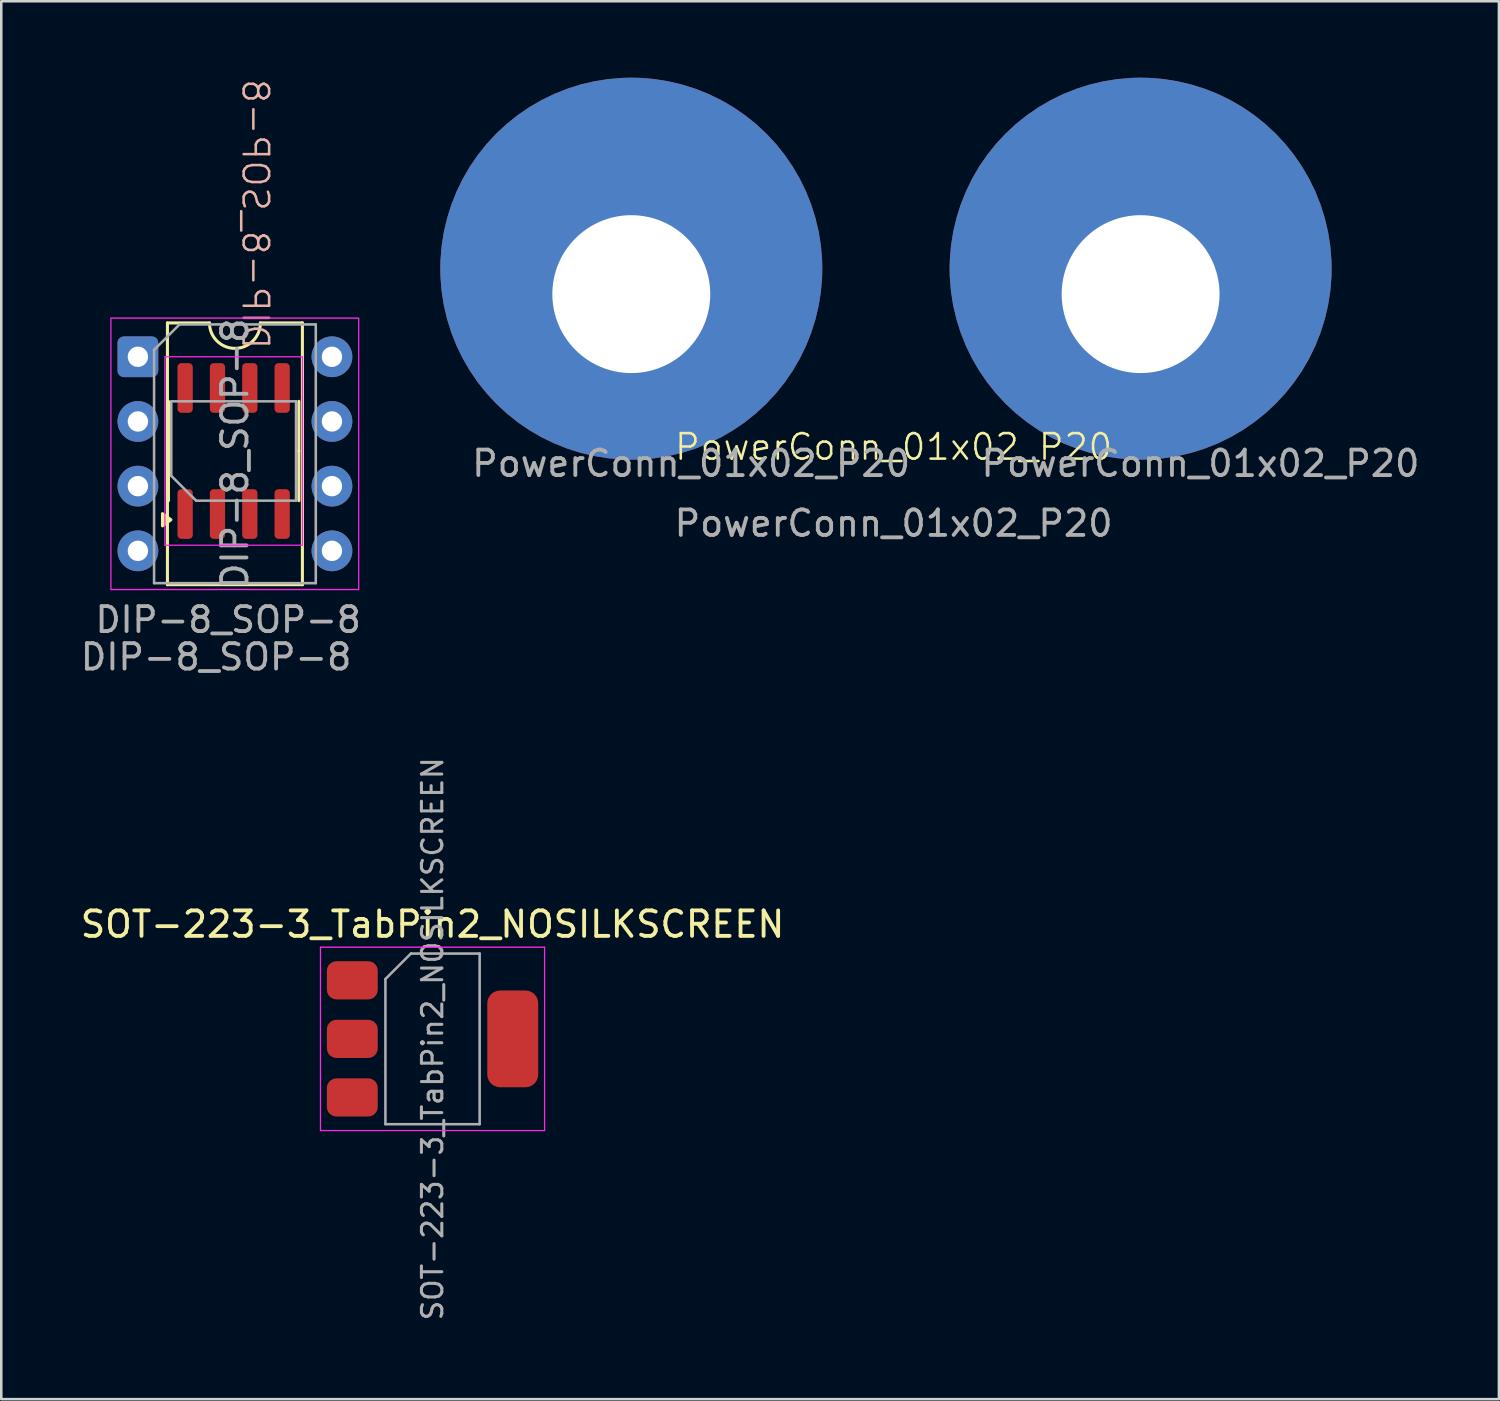
<source format=kicad_pcb>
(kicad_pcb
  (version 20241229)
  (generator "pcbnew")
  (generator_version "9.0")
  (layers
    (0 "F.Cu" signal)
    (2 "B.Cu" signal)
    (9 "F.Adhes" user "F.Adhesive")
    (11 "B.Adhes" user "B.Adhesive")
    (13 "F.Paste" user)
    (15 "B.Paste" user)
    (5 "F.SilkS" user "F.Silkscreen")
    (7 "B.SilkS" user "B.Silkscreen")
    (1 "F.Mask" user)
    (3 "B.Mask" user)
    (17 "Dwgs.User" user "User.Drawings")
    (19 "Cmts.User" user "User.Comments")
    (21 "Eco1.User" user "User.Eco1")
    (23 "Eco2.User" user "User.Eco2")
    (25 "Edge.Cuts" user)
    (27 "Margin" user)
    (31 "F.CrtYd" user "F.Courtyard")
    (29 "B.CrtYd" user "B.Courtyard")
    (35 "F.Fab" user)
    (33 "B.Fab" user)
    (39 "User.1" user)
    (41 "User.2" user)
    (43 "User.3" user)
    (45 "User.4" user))
  (footprint "SOT-223-3_TabPin2_NOSILKSCREEN"
    (layer "F.Cu")
    (at 13.935 37.745)
    (property "Reference" "SOT-223-3_TabPin2_NOSILKSCREEN" (at 0 -4.5 0) (layer "F.SilkS") (effects (font (size 1 1) (thickness 0.15))))
    (attr smd)
    (fp_line (start -4.4 -3.6) (end -4.4 3.6) (stroke (width 0.05) (type solid)) (layer "F.CrtYd"))
    (fp_line (start -4.4 3.6) (end 4.4 3.6) (stroke (width 0.05) (type solid)) (layer "F.CrtYd"))
    (fp_line (start 4.4 -3.6) (end -4.4 -3.6) (stroke (width 0.05) (type solid)) (layer "F.CrtYd"))
    (fp_line (start 4.4 3.6) (end 4.4 -3.6) (stroke (width 0.05) (type solid)) (layer "F.CrtYd"))
    (fp_line (start -1.85 -2.35) (end -1.85 3.35) (stroke (width 0.1) (type solid)) (layer "F.Fab"))
    (fp_line (start -1.85 -2.35) (end -0.85 -3.35) (stroke (width 0.1) (type solid)) (layer "F.Fab"))
    (fp_line (start -1.85 3.35) (end 1.85 3.35) (stroke (width 0.1) (type solid)) (layer "F.Fab"))
    (fp_line (start -0.85 -3.35) (end 1.85 -3.35) (stroke (width 0.1) (type solid)) (layer "F.Fab"))
    (fp_line (start 1.85 -3.35) (end 1.85 3.35) (stroke (width 0.1) (type solid)) (layer "F.Fab"))
    (fp_text user "${REFERENCE}" (at 0 0 90) (layer "F.Fab") (effects (font (size 0.8 0.8) (thickness 0.12))))
    (pad "1" smd roundrect (at -3.15 -2.3) (size 2 1.5) (layers "F.Cu" "F.Mask" "F.Paste") (roundrect_rratio 0.25))
    (pad "2" smd roundrect (at -3.15 0) (size 2 1.5) (layers "F.Cu" "F.Mask" "F.Paste") (roundrect_rratio 0.25))
    (pad "2" smd roundrect (at 3.15 0) (size 2 3.8) (layers "F.Cu" "F.Mask" "F.Paste") (roundrect_rratio 0.25))
    (pad "3" smd roundrect (at -3.15 2.3) (size 2 1.5) (layers "F.Cu" "F.Mask" "F.Paste") (roundrect_rratio 0.25)))
  (footprint "DIP-8_SOP-8"
    (layer "F.Cu")
    (at 5.435 20.25)
    (property "Reference" "DIP-8_SOP-8" (at 1.54 -14.89 270) (unlocked yes) (layer "B.SilkS") (effects (font (size 1 1) (thickness 0.1)) (justify mirror)))
    (attr smd)
    (fp_line (start -1.91 -10.62) (end -1.91 -0.34) (stroke (width 0.12) (type solid)) (layer "F.SilkS"))
    (fp_line (start -1.91 -0.34) (end 3.39 -0.34) (stroke (width 0.12) (type solid)) (layer "F.SilkS"))
    (fp_line (start -1.87 -5.59) (end -1.87 -7.54) (stroke (width 0.12) (type solid)) (layer "F.SilkS"))
    (fp_line (start -1.87 -5.59) (end -1.87 -3.64) (stroke (width 0.12) (type solid)) (layer "F.SilkS"))
    (fp_line (start -0.26 -10.62) (end -1.91 -10.62) (stroke (width 0.12) (type solid)) (layer "F.SilkS"))
    (fp_line (start 3.25 -5.59) (end 3.25 -7.54) (stroke (width 0.12) (type solid)) (layer "F.SilkS"))
    (fp_line (start 3.25 -5.59) (end 3.25 -3.64) (stroke (width 0.12) (type solid)) (layer "F.SilkS"))
    (fp_line (start 3.39 -10.62) (end 1.74 -10.62) (stroke (width 0.12) (type solid)) (layer "F.SilkS"))
    (fp_line (start 3.39 -0.34) (end 3.39 -10.62) (stroke (width 0.12) (type solid)) (layer "F.SilkS"))
    (fp_arc (start 1.74 -10.62) (mid 0.74 -9.62) (end -0.26 -10.62) (stroke (width 0.12) (type solid)) (layer "F.SilkS"))
    (fp_poly (pts (xy -1.775 -2.89) (xy -2.105 -2.65) (xy -2.105 -3.13) (xy -1.775 -2.89)) (stroke (width 0.12) (type solid)) (fill yes) (layer "F.SilkS"))
    (fp_line (start -2.01 -9.29) (end -2.01 -1.89) (stroke (width 0.05) (type solid)) (layer "F.CrtYd"))
    (fp_line (start -2.01 -1.89) (end 3.39 -1.89) (stroke (width 0.05) (type solid)) (layer "F.CrtYd"))
    (fp_line (start 3.39 -9.29) (end -2.01 -9.29) (stroke (width 0.05) (type solid)) (layer "F.CrtYd"))
    (fp_line (start 3.39 -1.89) (end 3.39 -9.29) (stroke (width 0.05) (type solid)) (layer "F.CrtYd"))
    (fp_rect (start -4.13 -10.81) (end 5.6 -0.15) (stroke (width 0.05) (type solid)) (fill no) (layer "F.CrtYd"))
    (fp_line (start -2.435 -9.56) (end -1.435 -10.56) (stroke (width 0.1) (type solid)) (layer "F.Fab"))
    (fp_line (start -2.435 -0.4) (end -2.435 -9.56) (stroke (width 0.1) (type solid)) (layer "F.Fab"))
    (fp_line (start -1.76 -7.54) (end 3.14 -7.54) (stroke (width 0.1) (type solid)) (layer "F.Fab"))
    (fp_line (start -1.76 -4.615) (end -1.76 -7.54) (stroke (width 0.1) (type solid)) (layer "F.Fab"))
    (fp_line (start -1.435 -10.56) (end 3.915 -10.56) (stroke (width 0.1) (type solid)) (layer "F.Fab"))
    (fp_line (start -0.785 -3.64) (end -1.76 -4.615) (stroke (width 0.1) (type solid)) (layer "F.Fab"))
    (fp_line (start 3.14 -7.54) (end 3.14 -3.64) (stroke (width 0.1) (type solid)) (layer "F.Fab"))
    (fp_line (start 3.14 -3.64) (end -0.785 -3.64) (stroke (width 0.1) (type solid)) (layer "F.Fab"))
    (fp_line (start 3.915 -10.56) (end 3.915 -0.4) (stroke (width 0.1) (type solid)) (layer "F.Fab"))
    (fp_line (start 3.915 -0.4) (end -2.435 -0.4) (stroke (width 0.1) (type solid)) (layer "F.Fab"))
    (fp_text user "${REFERENCE}" (at 0.74 -5.48 90) (layer "F.Fab") (effects (font (size 1 1) (thickness 0.15))))
    (fp_text user "${REFERENCE}" (at 0 2.5 0) (unlocked yes) (layer "F.Fab") (effects (font (size 1 1) (thickness 0.15))))
    (fp_text user "${REFERENCE}" (at 0.475 1.035 0) (layer "F.Fab") (effects (font (size 0.98 0.98) (thickness 0.15))))
    (pad "1" thru_hole roundrect (at -3.07 -9.29) (size 1.6 1.6) (drill 0.8) (layers "*.Cu" "*.Mask") (roundrect_rratio 0.156))
    (pad "1" smd roundrect (at -1.215 -3.115 90) (size 1.95 0.6) (layers "F.Cu" "F.Mask" "F.Paste") (roundrect_rratio 0.25))
    (pad "2" thru_hole circle (at -3.07 -6.75) (size 1.6 1.6) (drill 0.8) (layers "*.Cu" "*.Mask"))
    (pad "2" smd roundrect (at 0.055 -3.115 90) (size 1.95 0.6) (layers "F.Cu" "F.Mask" "F.Paste") (roundrect_rratio 0.25))
    (pad "3" thru_hole circle (at -3.07 -4.21) (size 1.6 1.6) (drill 0.8) (layers "*.Cu" "*.Mask"))
    (pad "3" smd roundrect (at 1.325 -3.115 90) (size 1.95 0.6) (layers "F.Cu" "F.Mask" "F.Paste") (roundrect_rratio 0.25))
    (pad "4" thru_hole circle (at -3.07 -1.67) (size 1.6 1.6) (drill 0.8) (layers "*.Cu" "*.Mask"))
    (pad "4" smd roundrect (at 2.595 -3.115 90) (size 1.95 0.6) (layers "F.Cu" "F.Mask" "F.Paste") (roundrect_rratio 0.25))
    (pad "5" smd roundrect (at 2.595 -8.065 90) (size 1.95 0.6) (layers "F.Cu" "F.Mask" "F.Paste") (roundrect_rratio 0.25))
    (pad "5" thru_hole circle (at 4.55 -1.67) (size 1.6 1.6) (drill 0.8) (layers "*.Cu" "*.Mask"))
    (pad "6" smd roundrect (at 1.325 -8.065 90) (size 1.95 0.6) (layers "F.Cu" "F.Mask" "F.Paste") (roundrect_rratio 0.25))
    (pad "6" thru_hole circle (at 4.55 -4.21) (size 1.6 1.6) (drill 0.8) (layers "*.Cu" "*.Mask"))
    (pad "7" smd roundrect (at 0.055 -8.065 90) (size 1.95 0.6) (layers "F.Cu" "F.Mask" "F.Paste") (roundrect_rratio 0.25))
    (pad "7" thru_hole circle (at 4.55 -6.75) (size 1.6 1.6) (drill 0.8) (layers "*.Cu" "*.Mask"))
    (pad "8" smd roundrect (at -1.215 -8.065 90) (size 1.95 0.6) (layers "F.Cu" "F.Mask" "F.Paste") (roundrect_rratio 0.25))
    (pad "8" thru_hole circle (at 4.55 -9.29) (size 1.6 1.6) (drill 0.8) (layers "*.Cu" "*.Mask")))
  (footprint "PowerConn_01x02_P20"
    (layer "F.Cu")
    (at 32.04 15)
    (property "Reference" "PowerConn_01x02_P20" (at 0 -0.5 0) (unlocked yes) (layer "F.SilkS") (effects (font (size 1 1) (thickness 0.1))))
    (attr smd)
    (fp_text user "${REFERENCE}" (at 12.05 0.15 0) (unlocked yes) (layer "F.Fab") (effects (font (size 1 1) (thickness 0.15))))
    (fp_text user "${REFERENCE}" (at 0 2.5 0) (unlocked yes) (layer "F.Fab") (effects (font (size 1 1) (thickness 0.15))))
    (fp_text user "${REFERENCE}" (at -7.95 0.15 0) (unlocked yes) (layer "F.Fab") (effects (font (size 1 1) (thickness 0.15))))
    (pad "1" thru_hole roundrect (at -10.3 -6.5) (size 15 15) (drill 6.2 (offset 0 -1)) (layers "*.Cu" "*.Mask") (roundrect_rratio 0.5))
    (pad "2" thru_hole roundrect (at 9.7 -6.5) (size 15 15) (drill 6.2 (offset 0 -1)) (layers "*.Cu" "*.Mask") (roundrect_rratio 0.5)))
  (gr_rect
    (start -3 -3)
    (end 55.81 51.893)
    (stroke (width 0.1) (type default))
    (fill no)
    (layer "Edge.Cuts")))
</source>
